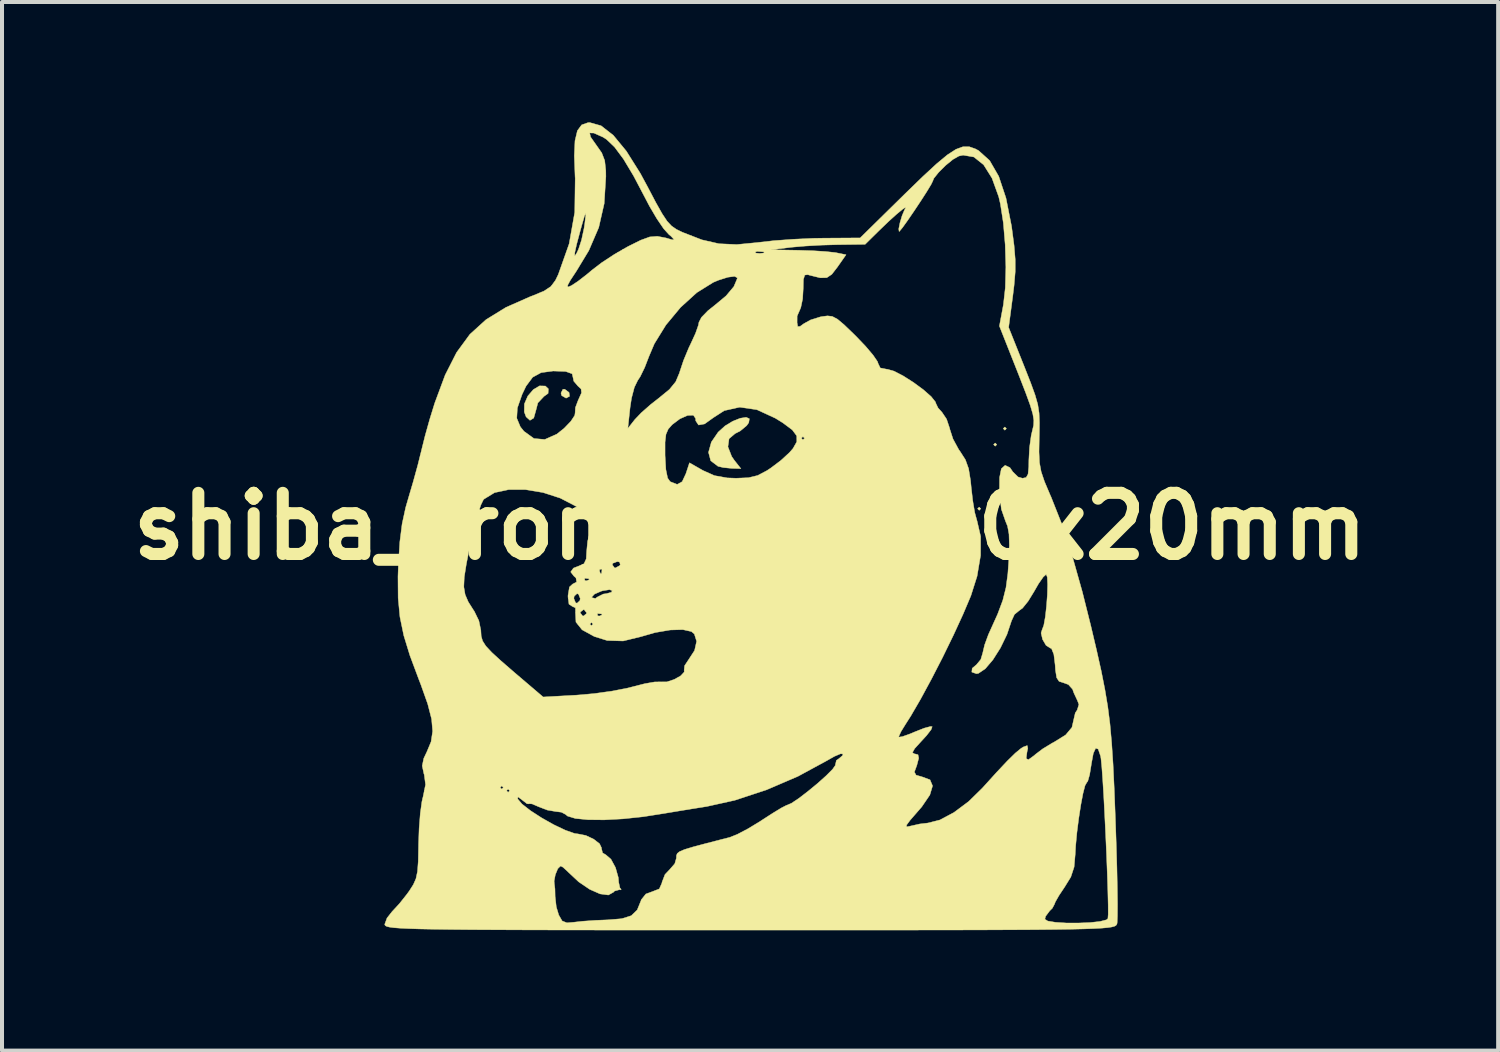
<source format=kicad_pcb>
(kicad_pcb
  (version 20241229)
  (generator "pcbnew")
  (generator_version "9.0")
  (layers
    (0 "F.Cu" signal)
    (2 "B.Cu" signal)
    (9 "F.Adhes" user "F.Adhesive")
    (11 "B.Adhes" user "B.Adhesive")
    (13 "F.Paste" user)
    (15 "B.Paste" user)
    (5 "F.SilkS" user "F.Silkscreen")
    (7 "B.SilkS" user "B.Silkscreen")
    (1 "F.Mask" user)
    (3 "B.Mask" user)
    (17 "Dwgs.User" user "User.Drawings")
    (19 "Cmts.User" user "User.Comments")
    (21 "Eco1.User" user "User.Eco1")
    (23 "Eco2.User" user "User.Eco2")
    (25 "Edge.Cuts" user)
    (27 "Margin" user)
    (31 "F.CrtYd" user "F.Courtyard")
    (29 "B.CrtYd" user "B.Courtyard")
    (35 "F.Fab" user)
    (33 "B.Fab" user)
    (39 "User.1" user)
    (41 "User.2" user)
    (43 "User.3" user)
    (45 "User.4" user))
  (footprint "shiba_from_bmp_20x20mm"
    (layer "F.Cu")
    (at 15.646 10.069)
    (property "Reference" "shiba_from_bmp_20x20mm" (at 0 0 0) (layer "F.SilkS") (effects (font (size 1.524 1.524) (thickness 0.3))))
    (attr through_hole)
    (fp_poly (pts (xy 5.751 -0.439) (xy 5.711 -0.399) (xy 5.671 -0.439) (xy 5.711 -0.479) (xy 5.751 -0.439)) (stroke (width 0.01) (type solid)) (fill yes) (layer "F.SilkS"))
    (fp_poly (pts (xy 6.15 -2.037) (xy 6.11 -1.997) (xy 6.07 -2.037) (xy 6.11 -2.077) (xy 6.15 -2.037)) (stroke (width 0.01) (type solid)) (fill yes) (layer "F.SilkS"))
    (fp_poly (pts (xy 6.39 -2.436) (xy 6.35 -2.396) (xy 6.31 -2.436) (xy 6.35 -2.476) (xy 6.39 -2.436)) (stroke (width 0.01) (type solid)) (fill yes) (layer "F.SilkS"))
    (fp_poly (pts (xy -4.512 -3.337) (xy -4.499 -3.241) (xy -4.586 -3.195) (xy -4.696 -3.259) (xy -4.713 -3.321) (xy -4.666 -3.415) (xy -4.618 -3.416) (xy -4.512 -3.337)) (stroke (width 0.01) (type solid)) (fill yes) (layer "F.SilkS"))
    (fp_poly (pts (xy -5.102 -3.497) (xy -5.027 -3.427) (xy -5.034 -3.313) (xy -5.138 -3.238) (xy -5.29 -3.076) (xy -5.337 -2.894) (xy -5.392 -2.699) (xy -5.486 -2.642) (xy -5.582 -2.728) (xy -5.628 -2.85) (xy -5.625 -3.052) (xy -5.54 -3.248) (xy -5.403 -3.408) (xy -5.247 -3.501) (xy -5.102 -3.497)) (stroke (width 0.01) (type solid)) (fill yes) (layer "F.SilkS"))
    (fp_poly (pts (xy -0.017 -2.682) (xy -0.033 -2.583) (xy -0.085 -2.51) (xy -0.247 -2.376) (xy -0.376 -2.31) (xy -0.524 -2.183) (xy -0.552 -1.983) (xy -0.458 -1.741) (xy -0.394 -1.648) (xy -0.228 -1.438) (xy -0.453 -1.444) (xy -0.665 -1.465) (xy -0.799 -1.496) (xy -0.98 -1.634) (xy -1.036 -1.844) (xy -0.965 -2.1) (xy -0.795 -2.348) (xy -0.624 -2.503) (xy -0.431 -2.62) (xy -0.245 -2.694) (xy -0.097 -2.717) (xy -0.017 -2.682)) (stroke (width 0.01) (type solid)) (fill yes) (layer "F.SilkS"))
    (fp_poly (pts (xy -3.714 -9.985) (xy -3.41 -9.748) (xy -3.084 -9.353) (xy -2.737 -8.801) (xy -2.553 -8.46) (xy -2.347 -8.068) (xy -2.192 -7.793) (xy -2.069 -7.607) (xy -1.956 -7.486) (xy -1.833 -7.401) (xy -1.684 -7.329) (xy -1.203 -7.142) (xy -0.774 -7.044) (xy -0.33 -7.024) (xy 0.195 -7.075) (xy 0.2 -7.076) (xy 0.599 -7.121) (xy 1.083 -7.156) (xy 1.576 -7.179) (xy 1.832 -7.183) (xy 2.744 -7.189) (xy 3.868 -8.294) (xy 4.305 -8.718) (xy 4.649 -9.036) (xy 4.919 -9.26) (xy 5.133 -9.398) (xy 5.308 -9.462) (xy 5.463 -9.462) (xy 5.615 -9.409) (xy 5.698 -9.364) (xy 5.971 -9.118) (xy 6.198 -8.725) (xy 6.379 -8.182) (xy 6.516 -7.489) (xy 6.523 -7.44) (xy 6.581 -6.999) (xy 6.609 -6.655) (xy 6.609 -6.344) (xy 6.581 -6.007) (xy 6.549 -5.745) (xy 6.445 -4.958) (xy 6.837 -3.977) (xy 6.996 -3.573) (xy 7.104 -3.275) (xy 7.171 -3.04) (xy 7.204 -2.824) (xy 7.214 -2.584) (xy 7.21 -2.278) (xy 7.208 -2.221) (xy 7.202 -1.856) (xy 7.214 -1.588) (xy 7.256 -1.361) (xy 7.339 -1.115) (xy 7.476 -0.792) (xy 7.504 -0.729) (xy 7.763 -0.075) (xy 8.021 0.707) (xy 8.281 1.63) (xy 8.493 2.476) (xy 8.637 3.086) (xy 8.753 3.605) (xy 8.844 4.064) (xy 8.916 4.495) (xy 8.971 4.929) (xy 9.013 5.397) (xy 9.048 5.93) (xy 9.078 6.56) (xy 9.107 7.318) (xy 9.107 7.329) (xy 9.128 7.941) (xy 9.144 8.506) (xy 9.154 9.004) (xy 9.159 9.414) (xy 9.157 9.713) (xy 9.15 9.881) (xy 9.146 9.905) (xy 9.136 9.929) (xy 9.117 9.951) (xy 9.08 9.97) (xy 9.016 9.987) (xy 8.918 10.002) (xy 8.775 10.015) (xy 8.58 10.026) (xy 8.324 10.035) (xy 7.997 10.043) (xy 7.592 10.049) (xy 7.1 10.054) (xy 6.511 10.057) (xy 5.818 10.06) (xy 5.011 10.062) (xy 4.083 10.063) (xy 3.023 10.064) (xy 1.824 10.064) (xy 0.477 10.064) (xy -0.005 10.064) (xy -1.405 10.064) (xy -2.653 10.064) (xy -3.759 10.063) (xy -4.731 10.062) (xy -5.577 10.06) (xy -6.307 10.057) (xy -6.929 10.054) (xy -7.452 10.049) (xy -7.883 10.043) (xy -8.233 10.036) (xy -8.509 10.027) (xy -8.72 10.017) (xy -8.875 10.005) (xy -8.982 9.991) (xy -9.05 9.975) (xy -9.087 9.957) (xy -9.103 9.936) (xy -9.106 9.918) (xy -9.05 9.765) (xy -8.917 9.595) (xy -8.909 9.588) (xy -8.74 9.405) (xy -8.552 9.168) (xy -8.492 9.085) (xy -8.393 8.93) (xy -8.328 8.783) (xy -8.29 8.605) (xy -8.271 8.354) (xy -8.264 7.989) (xy -8.263 7.918) (xy -8.249 7.525) (xy -8.22 7.154) (xy -8.179 6.859) (xy -8.162 6.786) (xy -5.795 6.786) (xy -5.793 6.794) (xy -5.686 6.921) (xy -5.473 7.087) (xy -5.195 7.267) (xy -4.891 7.438) (xy -4.603 7.575) (xy -4.372 7.656) (xy -4.289 7.667) (xy -4.095 7.705) (xy -3.899 7.797) (xy -3.751 7.912) (xy -3.701 8.018) (xy -3.704 8.029) (xy -3.676 8.14) (xy -3.597 8.186) (xy -3.468 8.296) (xy -3.354 8.506) (xy -3.284 8.755) (xy -3.275 8.871) (xy -3.245 9.009) (xy -3.215 9.046) (xy -3.216 9.063) (xy -3.252 9.056) (xy -3.379 9.091) (xy -3.402 9.118) (xy -3.531 9.19) (xy -3.74 9.162) (xy -3.998 9.048) (xy -4.272 8.862) (xy -4.532 8.619) (xy -4.544 8.606) (xy -4.663 8.497) (xy -4.725 8.467) (xy -4.792 8.533) (xy -4.854 8.683) (xy -4.884 8.842) (xy -4.879 8.906) (xy -4.863 9.038) (xy -4.859 9.225) (xy -4.83 9.485) (xy -4.769 9.688) (xy -4.684 9.836) (xy -4.566 9.883) (xy -4.393 9.868) (xy -4.166 9.843) (xy -3.852 9.821) (xy -3.554 9.809) (xy -3.34 9.792) (xy 7.348 9.792) (xy 7.421 9.839) (xy 7.611 9.87) (xy 7.878 9.887) (xy 8.18 9.888) (xy 8.476 9.876) (xy 8.724 9.849) (xy 8.884 9.808) (xy 8.919 9.779) (xy 8.927 9.673) (xy 8.926 9.434) (xy 8.918 9.09) (xy 8.904 8.667) (xy 8.886 8.193) (xy 8.864 7.696) (xy 8.84 7.2) (xy 8.816 6.735) (xy 8.791 6.327) (xy 8.768 6.003) (xy 8.747 5.789) (xy 8.738 5.731) (xy 8.677 5.553) (xy 8.615 5.53) (xy 8.556 5.658) (xy 8.505 5.933) (xy 8.503 5.951) (xy 8.464 6.191) (xy 8.419 6.35) (xy 8.39 6.39) (xy 8.349 6.463) (xy 8.298 6.66) (xy 8.244 6.945) (xy 8.192 7.281) (xy 8.147 7.633) (xy 8.116 7.965) (xy 8.105 8.171) (xy 8.077 8.492) (xy 7.995 8.741) (xy 7.84 8.992) (xy 7.7 9.202) (xy 7.609 9.362) (xy 7.588 9.418) (xy 7.534 9.52) (xy 7.468 9.585) (xy 7.367 9.72) (xy 7.348 9.792) (xy -3.34 9.792) (xy -3.196 9.78) (xy -2.961 9.705) (xy -2.813 9.562) (xy -2.719 9.331) (xy -2.712 9.307) (xy -2.597 9.164) (xy -2.439 9.106) (xy -2.262 9.037) (xy -2.197 8.891) (xy -2.195 8.871) (xy -2.12 8.677) (xy -2.009 8.561) (xy -1.877 8.409) (xy -1.837 8.271) (xy -1.835 8.206) (xy -1.815 8.154) (xy -1.756 8.107) (xy -1.636 8.056) (xy -1.433 7.994) (xy -1.126 7.912) (xy -0.694 7.8) (xy -0.504 7.752) (xy -0.317 7.677) (xy -0.051 7.537) (xy 0.243 7.359) (xy 0.305 7.318) (xy 0.567 7.149) (xy 0.779 7.02) (xy 0.907 6.954) (xy 0.924 6.949) (xy 1.034 6.901) (xy 1.22 6.777) (xy 1.447 6.602) (xy 1.685 6.406) (xy 1.899 6.214) (xy 2.057 6.055) (xy 2.126 5.957) (xy 2.126 5.946) (xy 2.152 5.833) (xy 2.202 5.8) (xy 2.304 5.715) (xy 2.316 5.674) (xy 2.256 5.669) (xy 2.098 5.736) (xy 1.915 5.84) (xy 1.193 6.232) (xy 0.408 6.569) (xy -0.382 6.829) (xy -1.078 6.983) (xy -1.455 7.043) (xy -1.791 7.098) (xy -2.044 7.14) (xy -2.157 7.159) (xy -2.668 7.239) (xy -3.17 7.292) (xy -3.637 7.317) (xy -4.04 7.313) (xy -4.354 7.282) (xy -4.551 7.222) (xy -4.597 7.182) (xy -4.703 7.126) (xy -4.841 7.109) (xy -5.056 7.072) (xy -5.276 6.987) (xy -5.433 6.919) (xy -5.51 6.914) (xy -5.511 6.919) (xy -5.561 6.914) (xy -5.675 6.826) (xy -5.784 6.744) (xy -5.795 6.786) (xy -8.162 6.786) (xy -8.15 6.737) (xy -8.12 6.59) (xy -6.07 6.59) (xy -6.031 6.63) (xy -5.991 6.59) (xy -6.031 6.55) (xy -6.07 6.59) (xy -8.12 6.59) (xy -8.104 6.51) (xy -6.23 6.51) (xy -6.19 6.55) (xy -6.15 6.51) (xy -6.19 6.47) (xy -6.23 6.51) (xy -8.104 6.51) (xy -8.089 6.44) (xy -8.121 6.192) (xy -8.131 6.163) (xy -8.172 5.97) (xy -8.133 5.783) (xy -8.054 5.616) (xy -7.951 5.369) (xy -7.912 5.108) (xy -7.938 4.804) (xy -8.035 4.427) (xy -8.205 3.948) (xy -8.259 3.808) (xy -8.479 3.219) (xy -8.632 2.72) (xy -8.727 2.26) (xy -8.772 1.789) (xy -8.774 1.509) (xy -7.135 1.509) (xy -7.102 1.702) (xy -7.025 1.881) (xy -6.899 2.081) (xy -6.874 2.117) (xy -6.76 2.352) (xy -6.71 2.592) (xy -6.71 2.601) (xy -6.702 2.737) (xy -6.667 2.857) (xy -6.586 2.984) (xy -6.44 3.141) (xy -6.211 3.351) (xy -5.88 3.638) (xy -5.834 3.677) (xy -5.157 4.254) (xy -4.316 4.207) (xy -3.876 4.168) (xy -3.428 4.105) (xy -3.041 4.029) (xy -2.918 3.997) (xy -2.624 3.922) (xy -2.377 3.879) (xy -2.228 3.877) (xy -2.223 3.878) (xy -2.074 3.877) (xy -1.892 3.817) (xy -1.73 3.727) (xy -1.641 3.631) (xy -1.643 3.585) (xy -1.632 3.474) (xy -1.536 3.329) (xy -1.383 3.094) (xy -1.332 2.865) (xy -1.389 2.684) (xy -1.461 2.623) (xy -1.675 2.575) (xy -1.992 2.584) (xy -2.365 2.648) (xy -2.717 2.749) (xy -3.164 2.858) (xy -3.562 2.846) (xy -3.881 2.747) (xy -4.187 2.579) (xy -4.301 2.436) (xy -3.994 2.436) (xy -3.954 2.476) (xy -3.914 2.436) (xy -3.954 2.396) (xy -3.994 2.436) (xy -4.301 2.436) (xy -4.34 2.387) (xy -4.351 2.177) (xy -4.351 2.157) (xy -4.233 2.157) (xy -4.173 2.234) (xy -4.153 2.236) (xy -4.086 2.183) (xy -3.807 2.183) (xy -3.796 2.231) (xy -3.754 2.236) (xy -3.688 2.207) (xy -3.701 2.183) (xy -3.796 2.174) (xy -3.807 2.183) (xy -4.086 2.183) (xy -4.076 2.176) (xy -4.074 2.157) (xy -4.134 2.079) (xy -4.153 2.077) (xy -4.231 2.138) (xy -4.233 2.157) (xy -4.351 2.157) (xy -4.353 2.031) (xy -4.429 1.997) (xy -4.514 1.941) (xy -4.533 1.797) (xy -4.393 1.797) (xy -4.35 1.903) (xy -4.313 1.917) (xy -4.242 1.852) (xy -4.233 1.797) (xy -4.247 1.763) (xy -3.946 1.763) (xy -3.942 1.777) (xy -3.857 1.799) (xy -3.809 1.764) (xy -3.658 1.688) (xy -3.578 1.677) (xy -3.457 1.644) (xy -3.435 1.605) (xy -3.501 1.578) (xy -3.669 1.605) (xy -3.711 1.617) (xy -3.879 1.69) (xy -3.946 1.763) (xy -4.247 1.763) (xy -4.276 1.691) (xy -4.313 1.677) (xy -4.384 1.742) (xy -4.393 1.797) (xy -4.533 1.797) (xy -4.538 1.76) (xy -4.537 1.717) (xy -4.502 1.512) (xy -4.421 1.438) (xy -4.42 1.438) (xy -4.323 1.388) (xy -4.336 1.305) (xy -4.127 1.305) (xy -4.116 1.352) (xy -4.074 1.358) (xy -4.008 1.329) (xy -4.02 1.305) (xy -4.115 1.295) (xy -4.127 1.305) (xy -4.336 1.305) (xy -4.339 1.287) (xy -4.393 1.238) (xy -4.471 1.137) (xy -4.457 1.118) (xy -3.754 1.118) (xy -3.725 1.184) (xy -3.701 1.171) (xy -3.691 1.077) (xy -3.701 1.065) (xy -3.748 1.076) (xy -3.754 1.118) (xy -4.457 1.118) (xy -4.402 1.041) (xy -4.273 0.991) (xy -4.199 0.958) (xy -3.435 0.958) (xy -3.377 1.036) (xy -3.359 1.038) (xy -3.251 0.98) (xy -3.235 0.958) (xy -3.253 0.89) (xy -3.31 0.879) (xy -3.419 0.92) (xy -3.435 0.958) (xy -4.199 0.958) (xy -4.14 0.933) (xy -4.084 0.812) (xy -4.074 0.634) (xy -4.049 0.372) (xy -3.989 0.142) (xy -3.981 0.124) (xy -3.932 -0.05) (xy -3.994 -0.193) (xy -4.041 -0.248) (xy -4.346 -0.503) (xy -4.731 -0.703) (xy -5.16 -0.842) (xy -5.599 -0.915) (xy -6.014 -0.916) (xy -6.368 -0.84) (xy -6.628 -0.681) (xy -6.649 -0.659) (xy -6.711 -0.53) (xy -6.794 -0.279) (xy -6.885 0.059) (xy -6.974 0.449) (xy -6.983 0.489) (xy -7.072 0.938) (xy -7.124 1.266) (xy -7.135 1.509) (xy -8.774 1.509) (xy -8.776 1.255) (xy -8.765 0.937) (xy -8.73 0.387) (xy -8.673 -0.062) (xy -8.584 -0.471) (xy -8.512 -0.719) (xy -8.397 -1.109) (xy -8.284 -1.519) (xy -8.216 -1.792) (xy -2.119 -1.792) (xy -2.119 -1.771) (xy -2.099 -1.418) (xy -2.055 -1.203) (xy -1.992 -1.114) (xy -1.817 -1.045) (xy -1.693 -1.113) (xy -1.6 -1.311) (xy -1.51 -1.584) (xy -1.174 -1.392) (xy -0.887 -1.264) (xy -0.568 -1.207) (xy -0.348 -1.199) (xy -0.039 -1.212) (xy 0.191 -1.268) (xy 0.422 -1.39) (xy 0.524 -1.458) (xy 0.77 -1.644) (xy 0.983 -1.84) (xy 1.07 -1.94) (xy 1.165 -2.108) (xy 1.164 -2.197) (xy 1.278 -2.197) (xy 1.318 -2.157) (xy 1.358 -2.197) (xy 1.318 -2.236) (xy 1.278 -2.197) (xy 1.164 -2.197) (xy 1.163 -2.255) (xy 1.052 -2.404) (xy 0.816 -2.58) (xy 0.63 -2.695) (xy 0.17 -2.907) (xy -0.258 -2.97) (xy -0.643 -2.884) (xy -0.913 -2.71) (xy -1.134 -2.552) (xy -1.284 -2.525) (xy -1.354 -2.63) (xy -1.358 -2.689) (xy -1.414 -2.77) (xy -1.558 -2.764) (xy -1.748 -2.68) (xy -1.941 -2.535) (xy -2.04 -2.423) (xy -2.096 -2.293) (xy -2.119 -2.098) (xy -2.119 -1.792) (xy -8.216 -1.792) (xy -8.196 -1.87) (xy -8.185 -1.917) (xy -8.1 -2.258) (xy -7.986 -2.665) (xy -7.977 -2.694) (xy -5.815 -2.694) (xy -5.725 -2.479) (xy -5.635 -2.368) (xy -5.387 -2.189) (xy -5.117 -2.165) (xy -4.82 -2.297) (xy -4.64 -2.439) (xy -3.047 -2.439) (xy -2.872 -2.662) (xy -2.714 -2.828) (xy -2.479 -3.035) (xy -2.27 -3.199) (xy -2.009 -3.413) (xy -1.853 -3.604) (xy -1.761 -3.822) (xy -1.752 -3.853) (xy -1.658 -4.135) (xy -1.527 -4.45) (xy -1.47 -4.569) (xy -1.359 -4.811) (xy -1.288 -5.014) (xy -1.274 -5.089) (xy -1.211 -5.209) (xy -1.051 -5.374) (xy -0.879 -5.511) (xy -0.599 -5.744) (xy -0.404 -5.976) (xy -0.321 -6.173) (xy -0.319 -6.194) (xy -0.385 -6.231) (xy -0.555 -6.209) (xy -0.788 -6.135) (xy -0.919 -6.08) (xy -1.327 -5.826) (xy -1.732 -5.458) (xy -2.097 -5.019) (xy -2.386 -4.551) (xy -2.521 -4.233) (xy -2.626 -3.961) (xy -2.738 -3.731) (xy -2.802 -3.634) (xy -2.884 -3.465) (xy -2.955 -3.194) (xy -2.991 -2.957) (xy -3.047 -2.439) (xy -4.64 -2.439) (xy -4.637 -2.441) (xy -4.467 -2.618) (xy -4.37 -2.766) (xy -4.361 -2.826) (xy -4.353 -2.961) (xy -4.282 -3.15) (xy -4.276 -3.16) (xy -4.201 -3.328) (xy -4.212 -3.424) (xy -4.294 -3.5) (xy -4.395 -3.619) (xy -4.409 -3.692) (xy -4.435 -3.802) (xy -4.596 -3.86) (xy -4.9 -3.871) (xy -4.909 -3.871) (xy -5.208 -3.831) (xy -5.419 -3.716) (xy -5.584 -3.494) (xy -5.682 -3.289) (xy -5.8 -2.951) (xy -5.815 -2.694) (xy -7.977 -2.694) (xy -7.866 -3.053) (xy -7.859 -3.075) (xy -7.6 -3.772) (xy -7.315 -4.334) (xy -6.984 -4.786) (xy -6.581 -5.152) (xy -6.086 -5.457) (xy -5.475 -5.727) (xy -5.403 -5.754) (xy -5.132 -5.867) (xy -4.964 -5.979) (xy -4.948 -6.001) (xy -4.551 -6.001) (xy -4.539 -5.965) (xy -4.457 -5.998) (xy -4.292 -6.106) (xy -4.072 -6.276) (xy -3.94 -6.387) (xy -3.7 -6.571) (xy -3.381 -6.78) (xy -3.323 -6.813) (xy 0.13 -6.813) (xy 0.24 -6.802) (xy 0.353 -6.814) (xy 0.339 -6.842) (xy 0.176 -6.853) (xy 0.14 -6.842) (xy 0.13 -6.813) (xy -3.323 -6.813) (xy -3.185 -6.893) (xy 0.519 -6.893) (xy 1.208 -6.881) (xy 1.558 -6.87) (xy 1.876 -6.85) (xy 2.105 -6.826) (xy 2.145 -6.82) (xy 2.393 -6.77) (xy 2.175 -6.459) (xy 2.038 -6.282) (xy 1.913 -6.198) (xy 1.749 -6.194) (xy 1.493 -6.257) (xy 1.438 -6.273) (xy 1.364 -6.263) (xy 1.33 -6.154) (xy 1.325 -5.93) (xy 1.31 -5.667) (xy 1.264 -5.449) (xy 1.239 -5.392) (xy 1.173 -5.241) (xy 1.172 -5.077) (xy 1.188 -4.98) (xy 1.246 -4.983) (xy 1.338 -5.05) (xy 1.509 -5.145) (xy 1.746 -5.219) (xy 1.784 -5.227) (xy 1.931 -5.246) (xy 2.05 -5.232) (xy 2.177 -5.165) (xy 2.342 -5.027) (xy 2.581 -4.797) (xy 2.642 -4.737) (xy 2.879 -4.489) (xy 3.066 -4.268) (xy 3.176 -4.107) (xy 3.194 -4.054) (xy 3.246 -3.947) (xy 3.419 -3.914) (xy 3.428 -3.914) (xy 3.589 -3.868) (xy 3.817 -3.75) (xy 4.073 -3.587) (xy 4.319 -3.406) (xy 4.514 -3.234) (xy 4.621 -3.1) (xy 4.63 -3.068) (xy 4.686 -2.951) (xy 4.783 -2.844) (xy 4.898 -2.673) (xy 4.976 -2.441) (xy 4.978 -2.425) (xy 5.058 -2.178) (xy 5.2 -1.916) (xy 5.243 -1.855) (xy 5.368 -1.659) (xy 5.447 -1.439) (xy 5.496 -1.138) (xy 5.513 -0.964) (xy 5.551 -0.635) (xy 5.601 -0.341) (xy 5.655 -0.143) (xy 5.658 -0.135) (xy 5.747 0.251) (xy 5.746 0.724) (xy 5.658 1.245) (xy 5.504 1.731) (xy 5.311 2.187) (xy 5.07 2.711) (xy 4.8 3.265) (xy 4.519 3.811) (xy 4.248 4.312) (xy 4.006 4.728) (xy 3.87 4.941) (xy 3.76 5.12) (xy 3.708 5.236) (xy 3.71 5.254) (xy 3.794 5.242) (xy 3.975 5.178) (xy 4.119 5.118) (xy 4.34 5.031) (xy 4.497 4.989) (xy 4.54 4.993) (xy 4.513 5.067) (xy 4.398 5.216) (xy 4.272 5.353) (xy 4.103 5.539) (xy 4.047 5.639) (xy 4.094 5.671) (xy 4.103 5.671) (xy 4.186 5.692) (xy 4.204 5.777) (xy 4.157 5.957) (xy 4.096 6.124) (xy 4.138 6.201) (xy 4.287 6.244) (xy 4.485 6.317) (xy 4.549 6.469) (xy 4.481 6.696) (xy 4.28 6.991) (xy 4.177 7.11) (xy 3.988 7.327) (xy 3.9 7.447) (xy 3.904 7.49) (xy 3.991 7.473) (xy 3.994 7.472) (xy 4.229 7.419) (xy 4.433 7.395) (xy 4.732 7.319) (xy 5.082 7.132) (xy 5.448 6.859) (xy 5.787 6.527) (xy 6.143 6.134) (xy 6.412 5.848) (xy 6.61 5.654) (xy 6.753 5.536) (xy 6.811 5.5) (xy 6.909 5.464) (xy 6.923 5.536) (xy 6.903 5.627) (xy 6.882 5.788) (xy 6.938 5.817) (xy 7.08 5.714) (xy 7.116 5.682) (xy 7.294 5.547) (xy 7.527 5.405) (xy 7.572 5.382) (xy 7.866 5.2) (xy 8.023 5.012) (xy 8.065 4.828) (xy 8.106 4.651) (xy 8.154 4.578) (xy 8.197 4.441) (xy 8.16 4.343) (xy 8.071 4.152) (xy 8.038 4.06) (xy 7.934 3.944) (xy 7.813 3.9) (xy 7.703 3.865) (xy 7.642 3.773) (xy 7.612 3.581) (xy 7.604 3.455) (xy 7.572 3.192) (xy 7.516 3.051) (xy 7.484 3.035) (xy 7.378 2.968) (xy 7.291 2.819) (xy 7.254 2.659) (xy 7.28 2.576) (xy 7.321 2.469) (xy 7.359 2.259) (xy 7.389 1.99) (xy 7.41 1.706) (xy 7.417 1.45) (xy 7.408 1.266) (xy 7.38 1.198) (xy 7.308 1.263) (xy 7.19 1.432) (xy 7.075 1.632) (xy 6.93 1.868) (xy 6.792 2.039) (xy 6.707 2.101) (xy 6.59 2.197) (xy 6.517 2.355) (xy 6.403 2.696) (xy 6.24 3.032) (xy 6.053 3.327) (xy 5.863 3.55) (xy 5.693 3.665) (xy 5.642 3.674) (xy 5.527 3.633) (xy 5.537 3.538) (xy 5.643 3.449) (xy 5.751 3.319) (xy 5.798 3.161) (xy 5.847 2.954) (xy 5.941 2.697) (xy 5.98 2.611) (xy 6.171 2.188) (xy 6.299 1.846) (xy 6.379 1.528) (xy 6.426 1.176) (xy 6.447 0.875) (xy 6.463 0.475) (xy 6.454 0.194) (xy 6.418 -0.004) (xy 6.369 -0.123) (xy 6.264 -0.424) (xy 6.217 -0.822) (xy 6.219 -1.218) (xy 6.263 -1.436) (xy 6.357 -1.521) (xy 6.477 -1.464) (xy 6.55 -1.358) (xy 6.681 -1.23) (xy 6.792 -1.198) (xy 6.882 -1.218) (xy 6.929 -1.301) (xy 6.947 -1.485) (xy 6.949 -1.648) (xy 6.966 -1.964) (xy 7.008 -2.267) (xy 7.038 -2.393) (xy 7.067 -2.517) (xy 7.073 -2.643) (xy 7.048 -2.799) (xy 6.985 -3.013) (xy 6.876 -3.313) (xy 6.716 -3.726) (xy 6.671 -3.84) (xy 6.215 -4.992) (xy 6.315 -5.528) (xy 6.362 -5.946) (xy 6.376 -6.463) (xy 6.359 -7.021) (xy 6.313 -7.563) (xy 6.24 -8.034) (xy 6.198 -8.214) (xy 6.03 -8.679) (xy 5.821 -9.012) (xy 5.578 -9.206) (xy 5.31 -9.252) (xy 5.204 -9.229) (xy 5.058 -9.146) (xy 4.875 -8.997) (xy 4.702 -8.825) (xy 4.581 -8.674) (xy 4.553 -8.604) (xy 4.512 -8.52) (xy 4.405 -8.343) (xy 4.256 -8.111) (xy 4.089 -7.86) (xy 3.929 -7.626) (xy 3.799 -7.445) (xy 3.723 -7.353) (xy 3.715 -7.348) (xy 3.706 -7.413) (xy 3.736 -7.565) (xy 3.789 -7.743) (xy 3.848 -7.884) (xy 3.863 -7.908) (xy 3.882 -7.954) (xy 3.806 -7.907) (xy 3.656 -7.783) (xy 3.452 -7.599) (xy 3.215 -7.371) (xy 3.212 -7.368) (xy 2.868 -7.029) (xy 2.173 -7.02) (xy 1.778 -7.009) (xy 1.374 -6.986) (xy 1.039 -6.957) (xy 0.998 -6.952) (xy 0.519 -6.893) (xy -3.185 -6.893) (xy -3.051 -6.97) (xy -3.032 -6.98) (xy -2.724 -7.133) (xy -2.501 -7.214) (xy -2.31 -7.229) (xy -2.096 -7.188) (xy -1.944 -7.143) (xy -1.892 -7.147) (xy -1.969 -7.23) (xy -2.021 -7.272) (xy -2.153 -7.418) (xy -2.324 -7.669) (xy -2.508 -7.982) (xy -2.61 -8.177) (xy -2.903 -8.734) (xy -3.155 -9.154) (xy -3.377 -9.453) (xy -3.578 -9.645) (xy -3.674 -9.705) (xy -3.899 -9.804) (xy -3.998 -9.805) (xy -3.975 -9.704) (xy -3.841 -9.514) (xy -3.697 -9.309) (xy -3.623 -9.117) (xy -3.596 -8.868) (xy -3.594 -8.719) (xy -3.636 -8.045) (xy -3.772 -7.448) (xy -4.019 -6.874) (xy -4.327 -6.365) (xy -4.483 -6.128) (xy -4.551 -6.001) (xy -4.948 -6.001) (xy -4.85 -6.133) (xy -4.781 -6.276) (xy -4.591 -6.812) (xy -4.371 -6.812) (xy -4.37 -6.738) (xy -4.321 -6.81) (xy -4.275 -6.909) (xy -4.201 -7.136) (xy -4.138 -7.429) (xy -4.12 -7.548) (xy -4.098 -7.739) (xy -4.098 -7.804) (xy -4.127 -7.737) (xy -4.188 -7.527) (xy -4.227 -7.388) (xy -4.323 -7.03) (xy -4.371 -6.812) (xy -4.591 -6.812) (xy -4.509 -7.044) (xy -4.37 -7.829) (xy -4.359 -8.674) (xy -4.362 -8.723) (xy -4.381 -9.236) (xy -4.364 -9.61) (xy -4.304 -9.862) (xy -4.197 -10.007) (xy -4.04 -10.062) (xy -3.995 -10.064) (xy -3.714 -9.985)) (stroke (width 0.01) (type solid)) (fill yes) (layer "F.SilkS")))
  (gr_rect
    (start -3 -3)
    (end 34.293 23.138)
    (stroke (width 0.1) (type default))
    (fill no)
    (layer "Edge.Cuts")))
</source>
